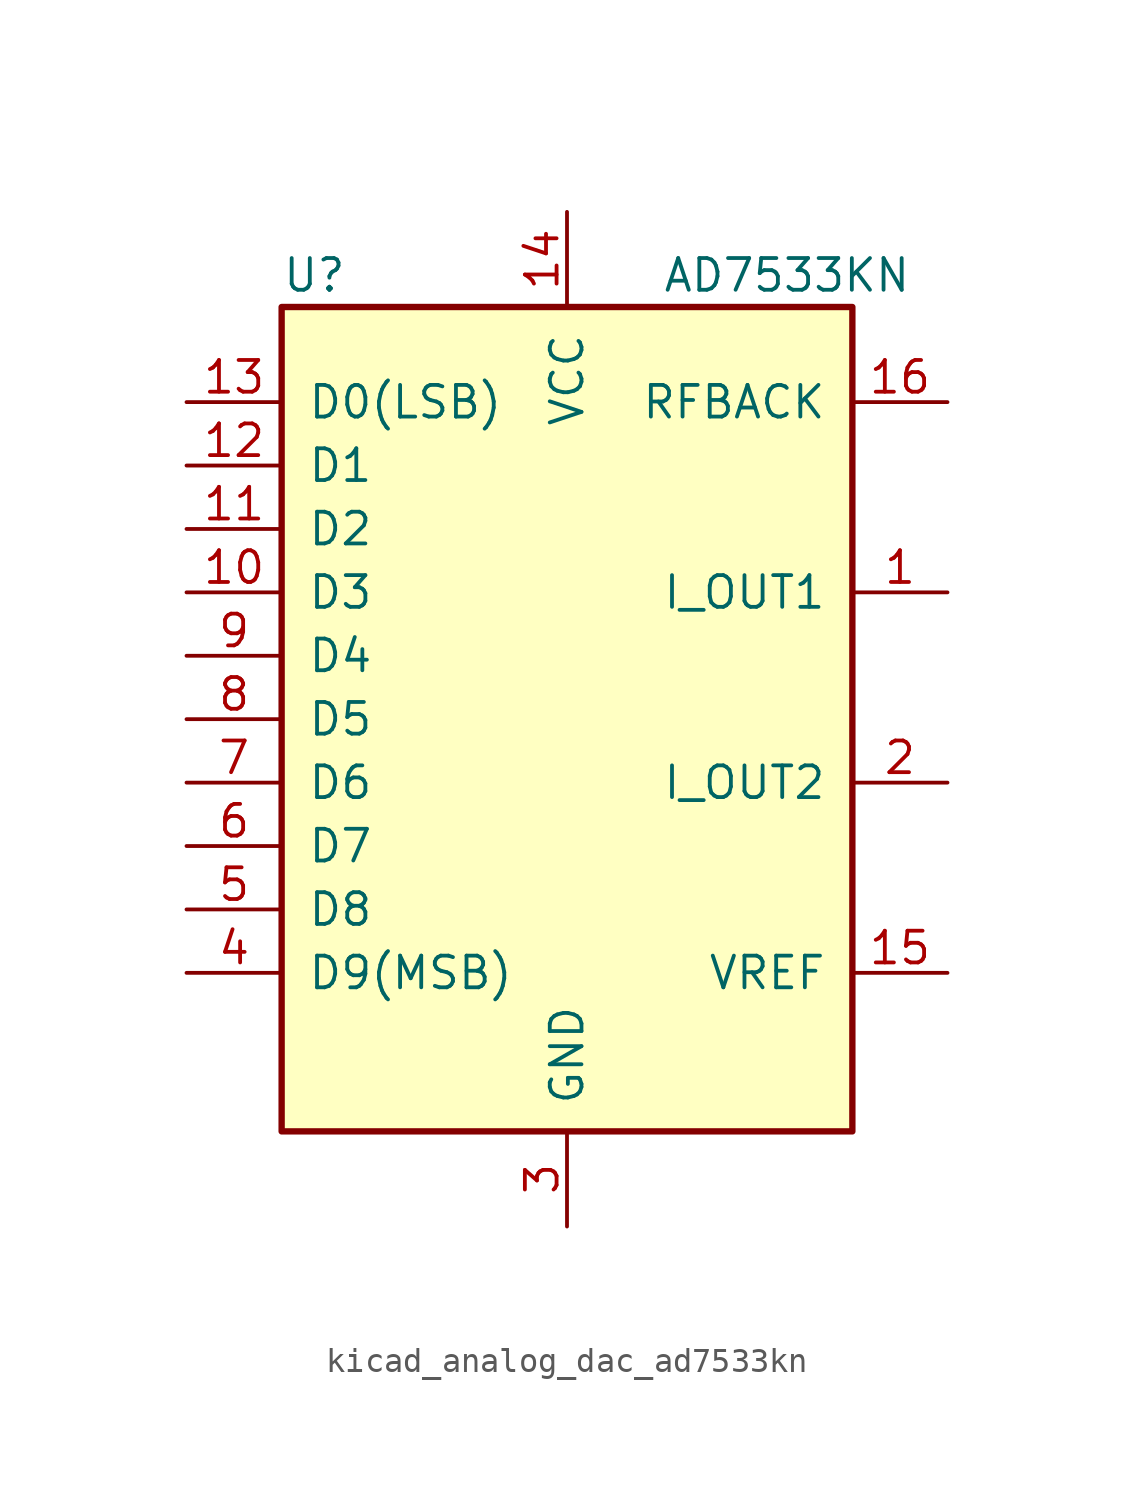
<source format=kicad_sym>
(kicad_symbol_lib
  (version 20220914)
  (generator kicad_symbol_editor)
  (symbol "kicad_analog_dac_ad7533kn"
    (pin_names
      (offset 1.016))
    (property "Reference" "U"
      (at -11.43 17.78 0)
      (effects (font (size 1.27 1.27)) (justify left)))
    (property "Value" "AD7533KN"
      (at 3.81 17.78 0)
      (effects (font (size 1.27 1.27)) (justify left)))
    (symbol "kicad_analog_dac_ad7533kn_0_1"
      (rectangle (start -11.43 -16.51) (end 11.43 16.51) (stroke (width 0.254) (type default)) (fill (type background))))
    (symbol "kicad_analog_dac_ad7533kn_1_1"
      (pin passive line (at 15.24 5.08 180) (length 3.81) (name "I_OUT1" (effects (font (size 1.27 1.27)))) (number "1" (effects (font (size 1.27 1.27)))))
      (pin input line (at -15.24 5.08 0) (length 3.81) (name "D3" (effects (font (size 1.27 1.27)))) (number "10" (effects (font (size 1.27 1.27)))))
      (pin input line (at -15.24 7.62 0) (length 3.81) (name "D2" (effects (font (size 1.27 1.27)))) (number "11" (effects (font (size 1.27 1.27)))))
      (pin input line (at -15.24 10.16 0) (length 3.81) (name "D1" (effects (font (size 1.27 1.27)))) (number "12" (effects (font (size 1.27 1.27)))))
      (pin input line (at -15.24 12.7 0) (length 3.81) (name "D0(LSB)" (effects (font (size 1.27 1.27)))) (number "13" (effects (font (size 1.27 1.27)))))
      (pin power_in line (at 0 20.32 270) (length 3.81) (name "VCC" (effects (font (size 1.27 1.27)))) (number "14" (effects (font (size 1.27 1.27)))))
      (pin passive line (at 15.24 -10.16 180) (length 3.81) (name "VREF" (effects (font (size 1.27 1.27)))) (number "15" (effects (font (size 1.27 1.27)))))
      (pin passive line (at 15.24 12.7 180) (length 3.81) (name "RFBACK" (effects (font (size 1.27 1.27)))) (number "16" (effects (font (size 1.27 1.27)))))
      (pin passive line (at 15.24 -2.54 180) (length 3.81) (name "I_OUT2" (effects (font (size 1.27 1.27)))) (number "2" (effects (font (size 1.27 1.27)))))
      (pin power_in line (at 0 -20.32 90) (length 3.81) (name "GND" (effects (font (size 1.27 1.27)))) (number "3" (effects (font (size 1.27 1.27)))))
      (pin input line (at -15.24 -10.16 0) (length 3.81) (name "D9(MSB)" (effects (font (size 1.27 1.27)))) (number "4" (effects (font (size 1.27 1.27)))))
      (pin input line (at -15.24 -7.62 0) (length 3.81) (name "D8" (effects (font (size 1.27 1.27)))) (number "5" (effects (font (size 1.27 1.27)))))
      (pin input line (at -15.24 -5.08 0) (length 3.81) (name "D7" (effects (font (size 1.27 1.27)))) (number "6" (effects (font (size 1.27 1.27)))))
      (pin input line (at -15.24 -2.54 0) (length 3.81) (name "D6" (effects (font (size 1.27 1.27)))) (number "7" (effects (font (size 1.27 1.27)))))
      (pin input line (at -15.24 0 0) (length 3.81) (name "D5" (effects (font (size 1.27 1.27)))) (number "8" (effects (font (size 1.27 1.27)))))
      (pin input line (at -15.24 2.54 0) (length 3.81) (name "D4" (effects (font (size 1.27 1.27)))) (number "9" (effects (font (size 1.27 1.27))))))))
</source>
